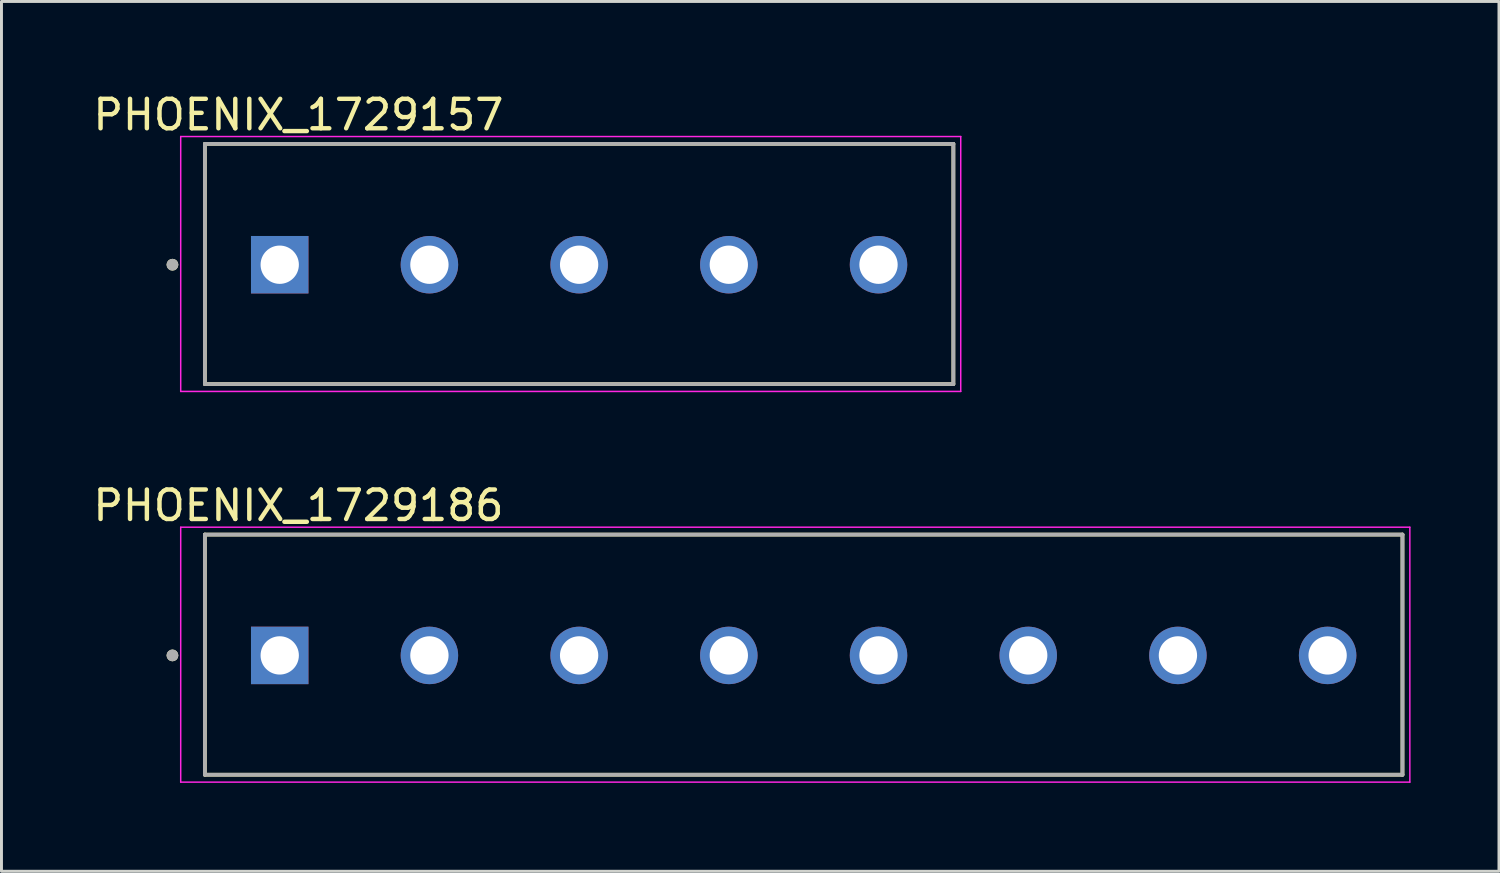
<source format=kicad_pcb>
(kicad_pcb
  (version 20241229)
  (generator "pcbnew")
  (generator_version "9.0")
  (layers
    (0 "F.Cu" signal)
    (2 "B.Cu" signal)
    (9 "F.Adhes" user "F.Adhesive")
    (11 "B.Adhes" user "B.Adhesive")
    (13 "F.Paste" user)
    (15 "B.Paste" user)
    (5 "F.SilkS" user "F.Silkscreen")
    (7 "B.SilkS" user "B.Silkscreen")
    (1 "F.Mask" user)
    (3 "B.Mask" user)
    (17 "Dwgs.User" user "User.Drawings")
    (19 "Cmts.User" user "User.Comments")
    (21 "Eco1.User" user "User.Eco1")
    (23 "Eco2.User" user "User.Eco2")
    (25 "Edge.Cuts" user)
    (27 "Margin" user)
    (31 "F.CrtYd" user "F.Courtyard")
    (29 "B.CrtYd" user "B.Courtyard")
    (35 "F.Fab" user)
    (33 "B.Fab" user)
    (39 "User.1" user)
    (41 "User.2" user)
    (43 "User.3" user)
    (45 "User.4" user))
  (footprint "PHOENIX_1729157"
    (layer "F.Cu")
    (at 3.902 9.983)
    (property "Reference" "PHOENIX_1729157" (at 3.175 -9.135 0) (layer "F.SilkS") (effects (font (size 1 1) (thickness 0.15))))
    (attr through_hole)
    (fp_line (start 0 -8.15) (end 0 0) (stroke (width 0.127) (type solid)) (layer "F.SilkS"))
    (fp_line (start 0 0) (end 25.4 0) (stroke (width 0.127) (type solid)) (layer "F.SilkS"))
    (fp_line (start 25.4 -8.15) (end 0 -8.15) (stroke (width 0.127) (type solid)) (layer "F.SilkS"))
    (fp_line (start 25.4 0) (end 25.4 -8.15) (stroke (width 0.127) (type solid)) (layer "F.SilkS"))
    (fp_circle (center -1.1 -4.05) (end -1 -4.05) (stroke (width 0.2) (type solid)) (fill no) (layer "F.SilkS"))
    (fp_line (start -0.82 -8.4) (end -0.82 0.25) (stroke (width 0.05) (type solid)) (layer "F.CrtYd"))
    (fp_line (start -0.82 0.25) (end 25.65 0.25) (stroke (width 0.05) (type solid)) (layer "F.CrtYd"))
    (fp_line (start 25.65 -8.4) (end -0.82 -8.4) (stroke (width 0.05) (type solid)) (layer "F.CrtYd"))
    (fp_line (start 25.65 0.25) (end 25.65 -8.4) (stroke (width 0.05) (type solid)) (layer "F.CrtYd"))
    (fp_line (start 0 -8.15) (end 0 0) (stroke (width 0.127) (type solid)) (layer "F.Fab"))
    (fp_line (start 0 0) (end 25.4 0) (stroke (width 0.127) (type solid)) (layer "F.Fab"))
    (fp_line (start 25.4 -8.15) (end 0 -8.15) (stroke (width 0.127) (type solid)) (layer "F.Fab"))
    (fp_line (start 25.4 0) (end 25.4 -8.15) (stroke (width 0.127) (type solid)) (layer "F.Fab"))
    (fp_circle (center -1.1 -4.05) (end -1 -4.05) (stroke (width 0.2) (type solid)) (fill no) (layer "F.Fab"))
    (pad "1" thru_hole rect (at 2.54 -4.05) (size 1.95 1.95) (drill 1.3) (layers "*.Cu" "*.Mask"))
    (pad "2" thru_hole circle (at 7.62 -4.05) (size 1.95 1.95) (drill 1.3) (layers "*.Cu" "*.Mask"))
    (pad "3" thru_hole circle (at 12.7 -4.05) (size 1.95 1.95) (drill 1.3) (layers "*.Cu" "*.Mask"))
    (pad "4" thru_hole circle (at 17.78 -4.05) (size 1.95 1.95) (drill 1.3) (layers "*.Cu" "*.Mask"))
    (pad "5" thru_hole circle (at 22.86 -4.05) (size 1.95 1.95) (drill 1.3) (layers "*.Cu" "*.Mask")))
  (footprint "PHOENIX_1729186"
    (layer "F.Cu")
    (at 3.902 23.241)
    (property "Reference" "PHOENIX_1729186" (at 3.175 -9.135 0) (layer "F.SilkS") (effects (font (size 1 1) (thickness 0.15))))
    (attr through_hole)
    (fp_line (start 0 -8.15) (end 0 0) (stroke (width 0.127) (type solid)) (layer "F.SilkS"))
    (fp_line (start 0 0) (end 40.64 0) (stroke (width 0.127) (type solid)) (layer "F.SilkS"))
    (fp_line (start 40.64 -8.15) (end 0 -8.15) (stroke (width 0.127) (type solid)) (layer "F.SilkS"))
    (fp_line (start 40.64 0) (end 40.64 -8.15) (stroke (width 0.127) (type solid)) (layer "F.SilkS"))
    (fp_circle (center -1.1 -4.05) (end -1 -4.05) (stroke (width 0.2) (type solid)) (fill no) (layer "F.SilkS"))
    (fp_line (start -0.82 -8.4) (end -0.82 0.25) (stroke (width 0.05) (type solid)) (layer "F.CrtYd"))
    (fp_line (start -0.82 0.25) (end 40.89 0.25) (stroke (width 0.05) (type solid)) (layer "F.CrtYd"))
    (fp_line (start 40.89 -8.4) (end -0.82 -8.4) (stroke (width 0.05) (type solid)) (layer "F.CrtYd"))
    (fp_line (start 40.89 0.25) (end 40.89 -8.4) (stroke (width 0.05) (type solid)) (layer "F.CrtYd"))
    (fp_line (start 0 -8.15) (end 0 0) (stroke (width 0.127) (type solid)) (layer "F.Fab"))
    (fp_line (start 0 0) (end 40.64 0) (stroke (width 0.127) (type solid)) (layer "F.Fab"))
    (fp_line (start 40.64 -8.15) (end 0 -8.15) (stroke (width 0.127) (type solid)) (layer "F.Fab"))
    (fp_line (start 40.64 0) (end 40.64 -8.15) (stroke (width 0.127) (type solid)) (layer "F.Fab"))
    (fp_circle (center -1.1 -4.05) (end -1 -4.05) (stroke (width 0.2) (type solid)) (fill no) (layer "F.Fab"))
    (pad "1" thru_hole rect (at 2.54 -4.05) (size 1.95 1.95) (drill 1.3) (layers "*.Cu" "*.Mask"))
    (pad "2" thru_hole circle (at 7.62 -4.05) (size 1.95 1.95) (drill 1.3) (layers "*.Cu" "*.Mask"))
    (pad "3" thru_hole circle (at 12.7 -4.05) (size 1.95 1.95) (drill 1.3) (layers "*.Cu" "*.Mask"))
    (pad "4" thru_hole circle (at 17.78 -4.05) (size 1.95 1.95) (drill 1.3) (layers "*.Cu" "*.Mask"))
    (pad "5" thru_hole circle (at 22.86 -4.05) (size 1.95 1.95) (drill 1.3) (layers "*.Cu" "*.Mask"))
    (pad "6" thru_hole circle (at 27.94 -4.05) (size 1.95 1.95) (drill 1.3) (layers "*.Cu" "*.Mask"))
    (pad "7" thru_hole circle (at 33.02 -4.05) (size 1.95 1.95) (drill 1.3) (layers "*.Cu" "*.Mask"))
    (pad "8" thru_hole circle (at 38.1 -4.05) (size 1.95 1.95) (drill 1.3) (layers "*.Cu" "*.Mask")))
  (gr_rect
    (start -3 -3)
    (end 47.817 26.517)
    (stroke (width 0.1) (type default))
    (fill no)
    (layer "Edge.Cuts")))
</source>
